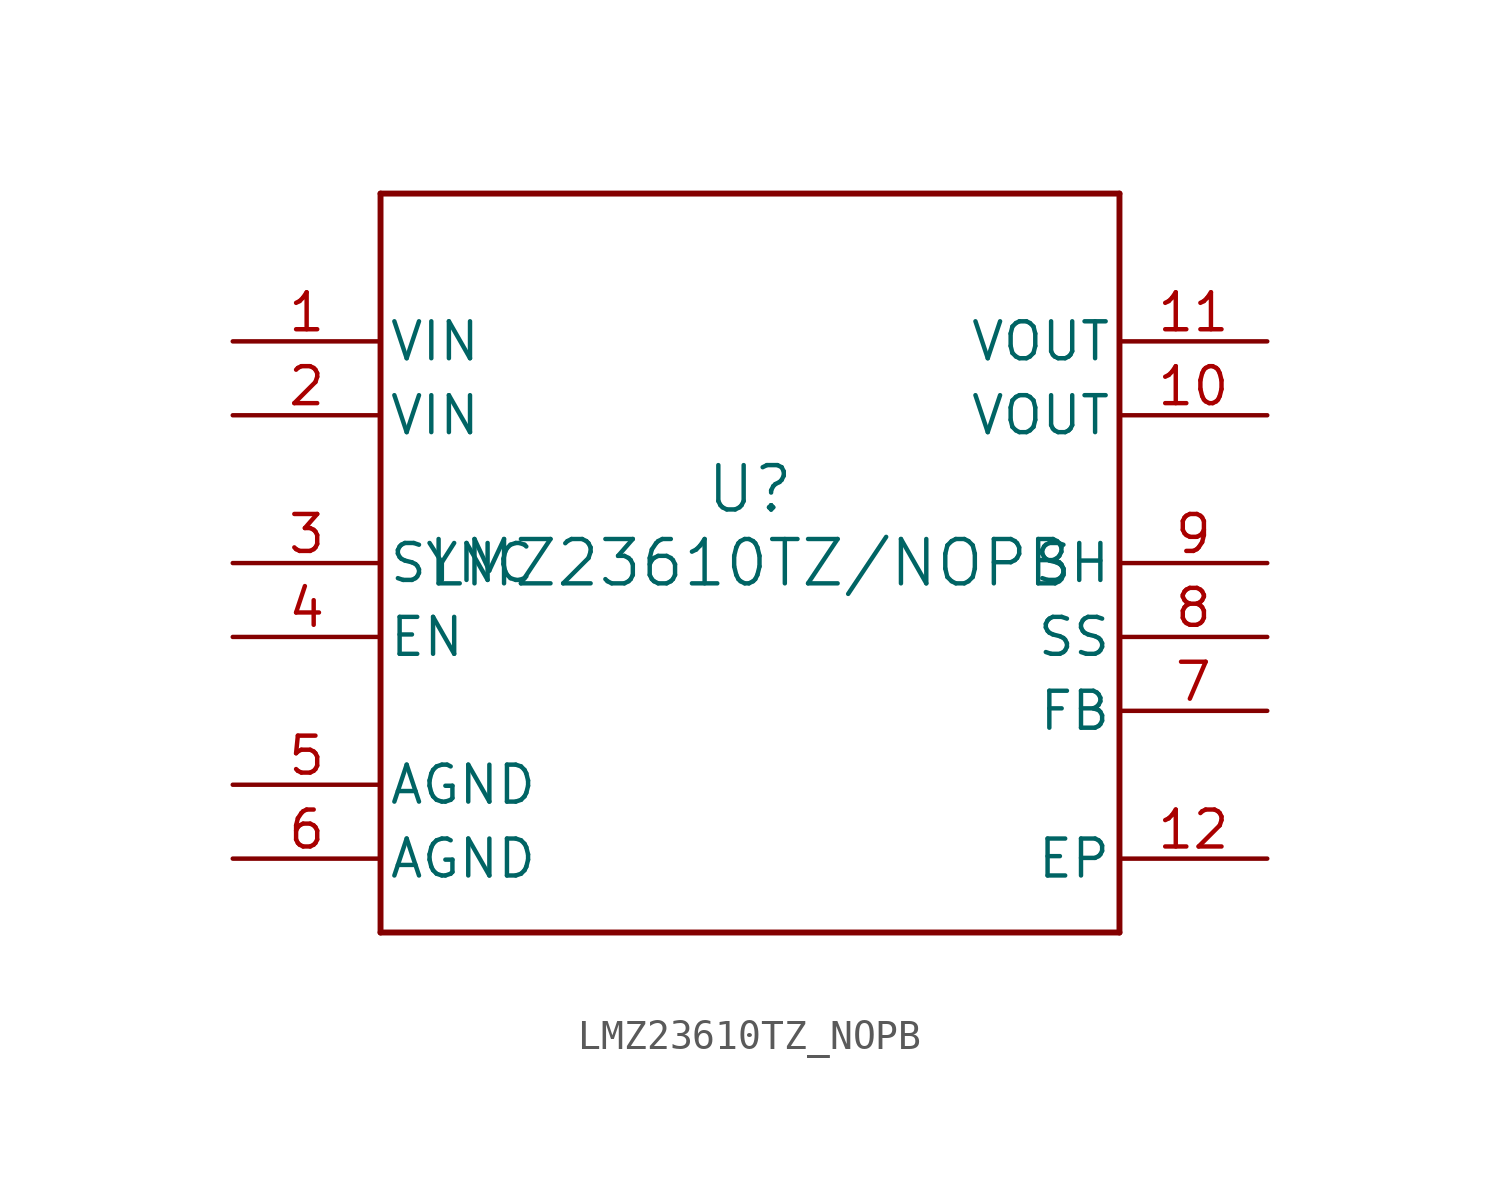
<source format=kicad_sym>
(kicad_symbol_lib
  (version 20211014)
  (generator kicad_symbol_editor)
  (symbol "LMZ23610TZ_NOPB"
    (pin_names
      (offset 0.254))
    (property "Reference" "U"
      (at 0 2.54 0)
      (effects (font (size 1.524 1.524))))
    (property "Value" "LMZ23610TZ/NOPB"
      (at 0 0 0)
      (effects (font (size 1.524 1.524))))
    (symbol "LMZ23610TZ_NOPB_0_1"
      (polyline (pts (xy -12.7 -12.7) (xy 12.7 -12.7)) (stroke (width 0.203) (type default) (color 0 0 0 0)) (fill (type none)))
      (polyline (pts (xy 12.7 -12.7) (xy 12.7 12.7)) (stroke (width 0.203) (type default) (color 0 0 0 0)) (fill (type none)))
      (polyline (pts (xy 12.7 12.7) (xy -12.7 12.7)) (stroke (width 0.203) (type default) (color 0 0 0 0)) (fill (type none)))
      (polyline (pts (xy -12.7 12.7) (xy -12.7 -12.7)) (stroke (width 0.203) (type default) (color 0 0 0 0)) (fill (type none)))
      (pin power_in line (at -17.78 7.62 0) (length 5.08) (name "VIN" (effects (font (size 1.27 1.27)))) (number "1" (effects (font (size 1.27 1.27)))))
      (pin power_in line (at -17.78 5.08 0) (length 5.08) (name "VIN" (effects (font (size 1.27 1.27)))) (number "2" (effects (font (size 1.27 1.27)))))
      (pin input line (at -17.78 0 0) (length 5.08) (name "SYNC" (effects (font (size 1.27 1.27)))) (number "3" (effects (font (size 1.27 1.27)))))
      (pin input line (at -17.78 -2.54 0) (length 5.08) (name "EN" (effects (font (size 1.27 1.27)))) (number "4" (effects (font (size 1.27 1.27)))))
      (pin power_in line (at -17.78 -7.62 0) (length 5.08) (name "AGND" (effects (font (size 1.27 1.27)))) (number "5" (effects (font (size 1.27 1.27)))))
      (pin power_in line (at -17.78 -10.16 0) (length 5.08) (name "AGND" (effects (font (size 1.27 1.27)))) (number "6" (effects (font (size 1.27 1.27)))))
      (pin unspecified line (at 17.78 -5.08 180) (length 5.08) (name "FB" (effects (font (size 1.27 1.27)))) (number "7" (effects (font (size 1.27 1.27)))))
      (pin input line (at 17.78 -2.54 180) (length 5.08) (name "SS" (effects (font (size 1.27 1.27)))) (number "8" (effects (font (size 1.27 1.27)))))
      (pin unspecified line (at 17.78 0 180) (length 5.08) (name "SH" (effects (font (size 1.27 1.27)))) (number "9" (effects (font (size 1.27 1.27)))))
      (pin power_in line (at 17.78 5.08 180) (length 5.08) (name "VOUT" (effects (font (size 1.27 1.27)))) (number "10" (effects (font (size 1.27 1.27)))))
      (pin power_in line (at 17.78 7.62 180) (length 5.08) (name "VOUT" (effects (font (size 1.27 1.27)))) (number "11" (effects (font (size 1.27 1.27)))))
      (pin power_in line (at 17.78 -10.16 180) (length 5.08) (name "EP" (effects (font (size 1.27 1.27)))) (number "12" (effects (font (size 1.27 1.27))))))))
</source>
